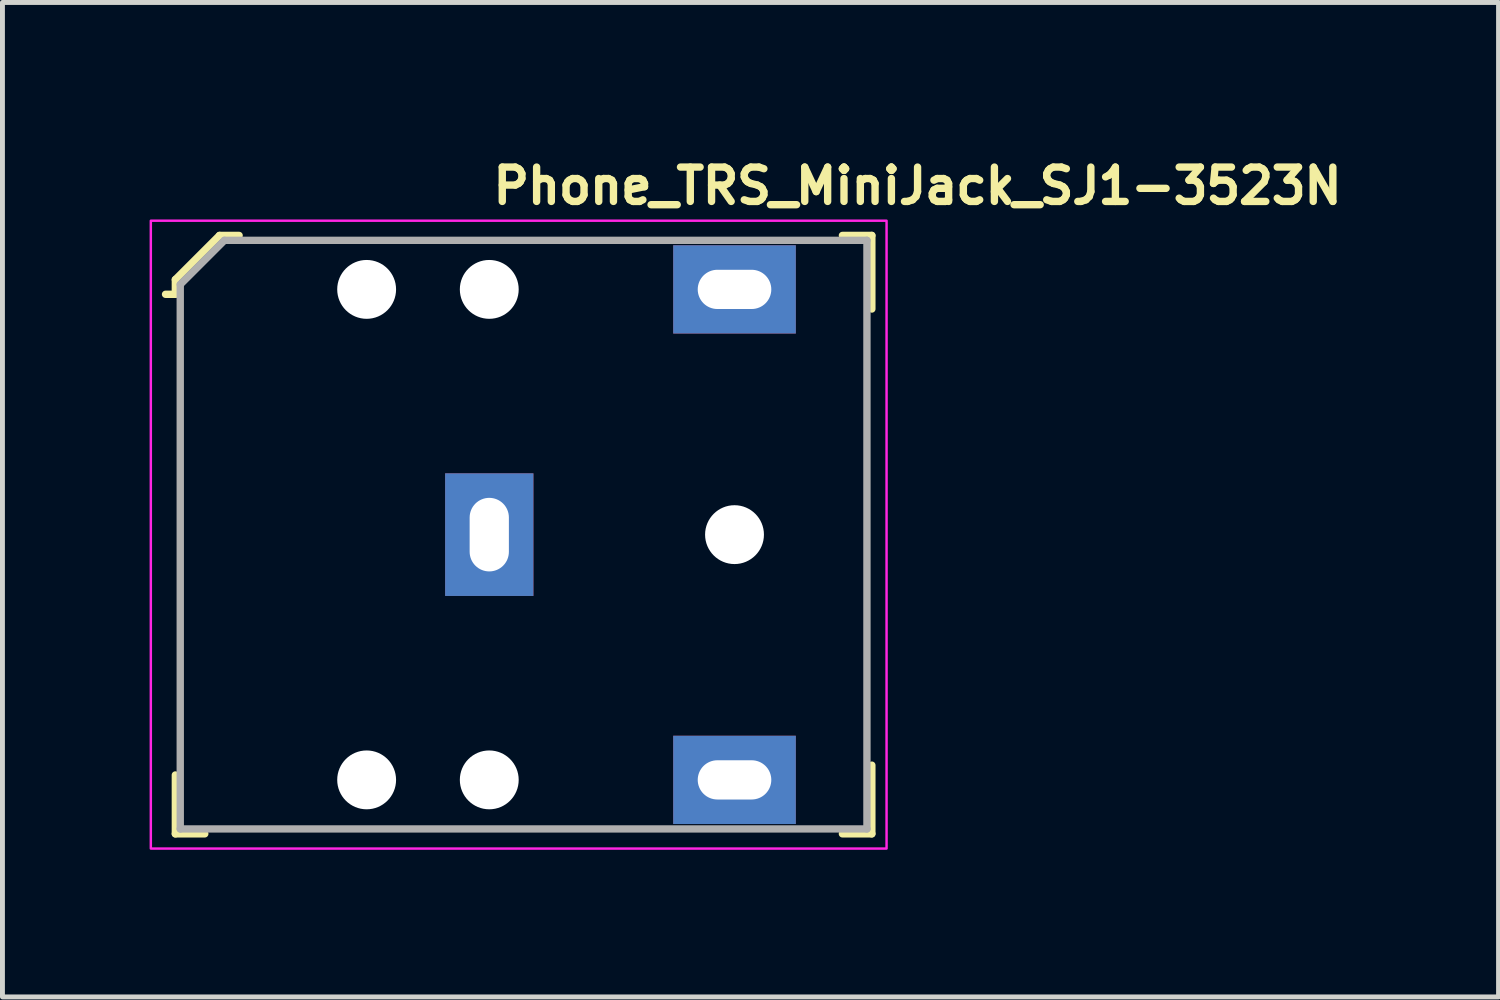
<source format=kicad_pcb>
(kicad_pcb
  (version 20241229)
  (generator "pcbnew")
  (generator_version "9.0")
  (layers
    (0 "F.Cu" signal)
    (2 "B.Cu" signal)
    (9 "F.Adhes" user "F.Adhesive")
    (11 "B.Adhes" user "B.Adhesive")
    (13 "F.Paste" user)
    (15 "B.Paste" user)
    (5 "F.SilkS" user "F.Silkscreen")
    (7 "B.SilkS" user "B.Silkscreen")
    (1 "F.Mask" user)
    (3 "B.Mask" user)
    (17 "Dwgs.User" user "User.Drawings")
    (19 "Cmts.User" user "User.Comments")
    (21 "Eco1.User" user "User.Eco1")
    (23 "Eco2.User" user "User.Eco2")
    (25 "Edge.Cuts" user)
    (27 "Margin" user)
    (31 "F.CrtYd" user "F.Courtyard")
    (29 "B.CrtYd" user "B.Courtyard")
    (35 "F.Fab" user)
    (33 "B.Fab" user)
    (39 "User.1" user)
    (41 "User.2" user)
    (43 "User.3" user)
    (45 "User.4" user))
  (footprint "Phone_TRS_MiniJack_SJ1-3523N"
    (layer "F.Cu")
    (at 6.925 7.85)
    (property "Reference" "Phone_TRS_MiniJack_SJ1-3523N" (at 0 -6.7 0) (layer "F.SilkS") (effects (font (size 0.7 0.7) (thickness 0.15)) (justify left bottom)))
    (attr through_hole)
    (fp_line (start -6.4 -5.2) (end -6.4 -4.9) (stroke (width 0.15) (type solid)) (layer "F.SilkS"))
    (fp_line (start -6.4 -4.9) (end -6.6 -4.9) (stroke (width 0.15) (type solid)) (layer "F.SilkS"))
    (fp_line (start -6.4 6.1) (end -6.4 4.9) (stroke (width 0.15) (type solid)) (layer "F.SilkS"))
    (fp_line (start -5.8 6.1) (end -6.4 6.1) (stroke (width 0.15) (type solid)) (layer "F.SilkS"))
    (fp_line (start -5.5 -6.1) (end -6.4 -5.2) (stroke (width 0.15) (type solid)) (layer "F.SilkS"))
    (fp_line (start -5.1 -6.1) (end -5.5 -6.1) (stroke (width 0.15) (type solid)) (layer "F.SilkS"))
    (fp_line (start 7.2 -6.1) (end 7.8 -6.1) (stroke (width 0.15) (type solid)) (layer "F.SilkS"))
    (fp_line (start 7.2 6.1) (end 7.8 6.1) (stroke (width 0.15) (type solid)) (layer "F.SilkS"))
    (fp_line (start 7.8 -6.1) (end 7.8 -4.6) (stroke (width 0.15) (type solid)) (layer "F.SilkS"))
    (fp_line (start 7.8 6.1) (end 7.8 4.7) (stroke (width 0.15) (type solid)) (layer "F.SilkS"))
    (fp_rect (start -6.9 -6.4) (end 8.1 6.4) (stroke (width 0.05) (type solid)) (fill no) (layer "F.CrtYd"))
    (fp_line (start -6.3 -5.1) (end -6.3 6) (stroke (width 0.15) (type solid)) (layer "F.Fab"))
    (fp_line (start -6.3 -5.1) (end -5.4 -6) (stroke (width 0.15) (type solid)) (layer "F.Fab"))
    (fp_line (start -6.3 6) (end 7.7 6) (stroke (width 0.15) (type solid)) (layer "F.Fab"))
    (fp_line (start -5.4 -6) (end 7.7 -6) (stroke (width 0.15) (type solid)) (layer "F.Fab"))
    (fp_line (start 7.7 -6) (end 7.7 6) (stroke (width 0.15) (type solid)) (layer "F.Fab"))
    (fp_rect (start 7.7 6) (end -6.6 -6) (stroke (width 0.1) (type solid)) (fill no) (layer "User.5"))
    (fp_line (start -6.6 -2.935) (end -6.6 -3.01) (stroke (width 0.02) (type solid)) (layer "User.9"))
    (fp_line (start -6.6 -2.935) (end -6.6 -2.935) (stroke (width 0.02) (type solid)) (layer "User.9"))
    (fp_line (start -6.6 -2.712) (end -6.6 -2.935) (stroke (width 0.02) (type solid)) (layer "User.9"))
    (fp_line (start -6.6 -2.712) (end -6.6 -2.712) (stroke (width 0.02) (type solid)) (layer "User.9"))
    (fp_line (start -6.6 -2.353) (end -6.6 -2.712) (stroke (width 0.02) (type solid)) (layer "User.9"))
    (fp_line (start -6.6 -2.353) (end -6.6 -2.353) (stroke (width 0.02) (type solid)) (layer "User.9"))
    (fp_line (start -6.6 -1.877) (end -6.6 -2.353) (stroke (width 0.02) (type solid)) (layer "User.9"))
    (fp_line (start -6.6 -1.877) (end -6.6 -1.877) (stroke (width 0.02) (type solid)) (layer "User.9"))
    (fp_line (start -6.6 -1.306) (end -6.6 -1.877) (stroke (width 0.02) (type solid)) (layer "User.9"))
    (fp_line (start -6.6 -1.306) (end -6.6 -1.306) (stroke (width 0.02) (type solid)) (layer "User.9"))
    (fp_line (start -6.6 -0.67) (end -6.6 -1.306) (stroke (width 0.02) (type solid)) (layer "User.9"))
    (fp_line (start -6.6 -0.67) (end -6.6 -0.67) (stroke (width 0.02) (type solid)) (layer "User.9"))
    (fp_line (start -6.6 0) (end -6.6 -0.67) (stroke (width 0.02) (type solid)) (layer "User.9"))
    (fp_line (start -6.6 0) (end -6.6 0) (stroke (width 0.02) (type solid)) (layer "User.9"))
    (fp_line (start -6.6 0.67) (end -6.6 0) (stroke (width 0.02) (type solid)) (layer "User.9"))
    (fp_line (start -6.6 0.67) (end -6.6 0.67) (stroke (width 0.02) (type solid)) (layer "User.9"))
    (fp_line (start -6.6 1.306) (end -6.6 0.67) (stroke (width 0.02) (type solid)) (layer "User.9"))
    (fp_line (start -6.6 1.306) (end -6.6 1.306) (stroke (width 0.02) (type solid)) (layer "User.9"))
    (fp_line (start -6.6 1.877) (end -6.6 1.306) (stroke (width 0.02) (type solid)) (layer "User.9"))
    (fp_line (start -6.6 1.877) (end -6.6 1.877) (stroke (width 0.02) (type solid)) (layer "User.9"))
    (fp_line (start -6.6 2.353) (end -6.6 1.877) (stroke (width 0.02) (type solid)) (layer "User.9"))
    (fp_line (start -6.6 2.353) (end -6.6 2.353) (stroke (width 0.02) (type solid)) (layer "User.9"))
    (fp_line (start -6.6 2.712) (end -6.6 2.353) (stroke (width 0.02) (type solid)) (layer "User.9"))
    (fp_line (start -6.6 2.712) (end -6.6 2.712) (stroke (width 0.02) (type solid)) (layer "User.9"))
    (fp_line (start -6.6 2.935) (end -6.6 2.712) (stroke (width 0.02) (type solid)) (layer "User.9"))
    (fp_line (start -6.6 2.935) (end -6.6 2.935) (stroke (width 0.02) (type solid)) (layer "User.9"))
    (fp_line (start -6.6 3.01) (end -6.6 2.935) (stroke (width 0.02) (type solid)) (layer "User.9"))
    (fp_line (start -5.3 -3.01) (end -6.6 -3.01) (stroke (width 0.02) (type solid)) (layer "User.9"))
    (fp_line (start -5.3 -3.01) (end -5.3 -2.935) (stroke (width 0.02) (type solid)) (layer "User.9"))
    (fp_line (start -5.3 -2.935) (end -5.3 -2.935) (stroke (width 0.02) (type solid)) (layer "User.9"))
    (fp_line (start -5.3 -2.935) (end -5.3 -2.712) (stroke (width 0.02) (type solid)) (layer "User.9"))
    (fp_line (start -5.3 -2.712) (end -5.3 -2.712) (stroke (width 0.02) (type solid)) (layer "User.9"))
    (fp_line (start -5.3 -2.712) (end -5.3 -2.353) (stroke (width 0.02) (type solid)) (layer "User.9"))
    (fp_line (start -5.3 -2.353) (end -5.3 -2.353) (stroke (width 0.02) (type solid)) (layer "User.9"))
    (fp_line (start -5.3 -2.353) (end -5.3 -1.877) (stroke (width 0.02) (type solid)) (layer "User.9"))
    (fp_line (start -5.3 -1.877) (end -5.3 -1.877) (stroke (width 0.02) (type solid)) (layer "User.9"))
    (fp_line (start -5.3 -1.877) (end -5.3 -1.306) (stroke (width 0.02) (type solid)) (layer "User.9"))
    (fp_line (start -5.3 -1.306) (end -5.3 -1.306) (stroke (width 0.02) (type solid)) (layer "User.9"))
    (fp_line (start -5.3 -1.306) (end -5.3 -0.67) (stroke (width 0.02) (type solid)) (layer "User.9"))
    (fp_line (start -5.3 -0.67) (end -5.3 -0.67) (stroke (width 0.02) (type solid)) (layer "User.9"))
    (fp_line (start -5.3 -0.67) (end -5.3 0) (stroke (width 0.02) (type solid)) (layer "User.9"))
    (fp_line (start -5.3 0) (end -5.3 0) (stroke (width 0.02) (type solid)) (layer "User.9"))
    (fp_line (start -5.3 0) (end -5.3 0.67) (stroke (width 0.02) (type solid)) (layer "User.9"))
    (fp_line (start -5.3 0.67) (end -5.3 0.67) (stroke (width 0.02) (type solid)) (layer "User.9"))
    (fp_line (start -5.3 0.67) (end -5.3 1.306) (stroke (width 0.02) (type solid)) (layer "User.9"))
    (fp_line (start -5.3 1.306) (end -5.3 1.306) (stroke (width 0.02) (type solid)) (layer "User.9"))
    (fp_line (start -5.3 1.306) (end -5.3 1.877) (stroke (width 0.02) (type solid)) (layer "User.9"))
    (fp_line (start -5.3 1.877) (end -5.3 1.877) (stroke (width 0.02) (type solid)) (layer "User.9"))
    (fp_line (start -5.3 1.877) (end -5.3 2.353) (stroke (width 0.02) (type solid)) (layer "User.9"))
    (fp_line (start -5.3 2.353) (end -5.3 2.353) (stroke (width 0.02) (type solid)) (layer "User.9"))
    (fp_line (start -5.3 2.353) (end -5.3 2.712) (stroke (width 0.02) (type solid)) (layer "User.9"))
    (fp_line (start -5.3 2.712) (end -5.3 2.712) (stroke (width 0.02) (type solid)) (layer "User.9"))
    (fp_line (start -5.3 2.712) (end -5.3 2.935) (stroke (width 0.02) (type solid)) (layer "User.9"))
    (fp_line (start -5.3 2.935) (end -5.3 2.935) (stroke (width 0.02) (type solid)) (layer "User.9"))
    (fp_line (start -5.3 2.935) (end -5.3 3.01) (stroke (width 0.02) (type solid)) (layer "User.9"))
    (fp_line (start -5.3 3.01) (end -6.6 3.01) (stroke (width 0.02) (type solid)) (layer "User.9"))
    (fp_line (start -4.3 -4.5) (end -3.3 -4.5) (stroke (width 0.02) (type solid)) (layer "User.9"))
    (fp_line (start -4.3 -3) (end -5.3 -3) (stroke (width 0.02) (type solid)) (layer "User.9"))
    (fp_line (start -4.3 -1.658) (end -4.3 -4.5) (stroke (width 0.02) (type solid)) (layer "User.9"))
    (fp_line (start -4.3 1.658) (end -3.3 1.658) (stroke (width 0.02) (type solid)) (layer "User.9"))
    (fp_line (start -4.3 3) (end -5.3 3) (stroke (width 0.02) (type solid)) (layer "User.9"))
    (fp_line (start -4.3 4.5) (end -4.3 1.658) (stroke (width 0.02) (type solid)) (layer "User.9"))
    (fp_line (start -3.3 -6) (end 5.6 -6) (stroke (width 0.02) (type solid)) (layer "User.9"))
    (fp_line (start -3.3 -4.5) (end -3.3 -6) (stroke (width 0.02) (type solid)) (layer "User.9"))
    (fp_line (start -3.3 -3.32) (end -3.3 -1.658) (stroke (width 0.02) (type solid)) (layer "User.9"))
    (fp_line (start -3.3 -1.658) (end -4.3 -1.658) (stroke (width 0.02) (type solid)) (layer "User.9"))
    (fp_line (start -3.3 -1.658) (end -3.3 -1.444) (stroke (width 0.02) (type solid)) (layer "User.9"))
    (fp_line (start -3.3 -1.444) (end -3.3 -1.444) (stroke (width 0.02) (type solid)) (layer "User.9"))
    (fp_line (start -3.3 -1.444) (end -3.3 -1.219) (stroke (width 0.02) (type solid)) (layer "User.9"))
    (fp_line (start -3.3 -1.219) (end -3.3 -1.219) (stroke (width 0.02) (type solid)) (layer "User.9"))
    (fp_line (start -3.3 -1.219) (end -3.3 -0.985) (stroke (width 0.02) (type solid)) (layer "User.9"))
    (fp_line (start -3.3 -0.985) (end -3.3 -0.985) (stroke (width 0.02) (type solid)) (layer "User.9"))
    (fp_line (start -3.3 -0.985) (end -3.3 0) (stroke (width 0.02) (type solid)) (layer "User.9"))
    (fp_line (start -3.3 -0.567) (end -2.748 -0.567) (stroke (width 0.02) (type solid)) (layer "User.9"))
    (fp_line (start -3.3 0) (end -3.3 0) (stroke (width 0.02) (type solid)) (layer "User.9"))
    (fp_line (start -3.3 0) (end -3.3 0.745) (stroke (width 0.02) (type solid)) (layer "User.9"))
    (fp_line (start -3.3 0.745) (end -3.3 0.745) (stroke (width 0.02) (type solid)) (layer "User.9"))
    (fp_line (start -3.3 0.745) (end -3.3 1.219) (stroke (width 0.02) (type solid)) (layer "User.9"))
    (fp_line (start -3.3 1.219) (end -3.3 1.219) (stroke (width 0.02) (type solid)) (layer "User.9"))
    (fp_line (start -3.3 1.219) (end -3.3 1.444) (stroke (width 0.02) (type solid)) (layer "User.9"))
    (fp_line (start -3.3 1.444) (end -3.3 1.444) (stroke (width 0.02) (type solid)) (layer "User.9"))
    (fp_line (start -3.3 1.444) (end -3.3 1.658) (stroke (width 0.02) (type solid)) (layer "User.9"))
    (fp_line (start -3.3 1.658) (end -3.3 3.32) (stroke (width 0.02) (type solid)) (layer "User.9"))
    (fp_line (start -3.3 3.32) (end -3.01 3.32) (stroke (width 0.02) (type solid)) (layer "User.9"))
    (fp_line (start -3.3 4.5) (end -4.3 4.5) (stroke (width 0.02) (type solid)) (layer "User.9"))
    (fp_line (start -3.3 6) (end -3.3 4.5) (stroke (width 0.02) (type solid)) (layer "User.9"))
    (fp_line (start -3.264 -2.54) (end -3.239 -2.54) (stroke (width 0.02) (type solid)) (layer "User.9"))
    (fp_line (start -3.264 -0.813) (end -3.264 -2.54) (stroke (width 0.02) (type solid)) (layer "User.9"))
    (fp_line (start -3.264 -0.813) (end -3.263 -0.811) (stroke (width 0.02) (type solid)) (layer "User.9"))
    (fp_line (start -3.264 0.833) (end -3.263 0.831) (stroke (width 0.02) (type solid)) (layer "User.9"))
    (fp_line (start -3.264 2.56) (end -3.264 0.833) (stroke (width 0.02) (type solid)) (layer "User.9"))
    (fp_line (start -3.263 -0.811) (end -3.262 -0.808) (stroke (width 0.02) (type solid)) (layer "User.9"))
    (fp_line (start -3.263 0.831) (end -3.262 0.828) (stroke (width 0.02) (type solid)) (layer "User.9"))
    (fp_line (start -3.262 -0.808) (end -3.261 -0.805) (stroke (width 0.02) (type solid)) (layer "User.9"))
    (fp_line (start -3.262 0.828) (end -3.261 0.825) (stroke (width 0.02) (type solid)) (layer "User.9"))
    (fp_line (start -3.261 -0.805) (end -3.259 -0.803) (stroke (width 0.02) (type solid)) (layer "User.9"))
    (fp_line (start -3.261 0.825) (end -3.259 0.823) (stroke (width 0.02) (type solid)) (layer "User.9"))
    (fp_line (start -3.259 -0.803) (end -3.258 -0.801) (stroke (width 0.02) (type solid)) (layer "User.9"))
    (fp_line (start -3.259 0.823) (end -3.258 0.821) (stroke (width 0.02) (type solid)) (layer "User.9"))
    (fp_line (start -3.258 -0.801) (end -3.256 -0.799) (stroke (width 0.02) (type solid)) (layer "User.9"))
    (fp_line (start -3.258 0.821) (end -3.256 0.819) (stroke (width 0.02) (type solid)) (layer "User.9"))
    (fp_line (start -3.256 -0.799) (end -3.254 -0.797) (stroke (width 0.02) (type solid)) (layer "User.9"))
    (fp_line (start -3.256 0.819) (end -3.254 0.817) (stroke (width 0.02) (type solid)) (layer "User.9"))
    (fp_line (start -3.254 -0.797) (end -3.253 -0.796) (stroke (width 0.02) (type solid)) (layer "User.9"))
    (fp_line (start -3.254 0.817) (end -3.253 0.816) (stroke (width 0.02) (type solid)) (layer "User.9"))
    (fp_line (start -3.253 -0.796) (end -3.251 -0.794) (stroke (width 0.02) (type solid)) (layer "User.9"))
    (fp_line (start -3.253 0.816) (end -3.251 0.814) (stroke (width 0.02) (type solid)) (layer "User.9"))
    (fp_line (start -3.251 -0.794) (end -3.25 -0.793) (stroke (width 0.02) (type solid)) (layer "User.9"))
    (fp_line (start -3.251 0.814) (end -3.25 0.813) (stroke (width 0.02) (type solid)) (layer "User.9"))
    (fp_line (start -3.25 -0.793) (end -3.249 -0.793) (stroke (width 0.02) (type solid)) (layer "User.9"))
    (fp_line (start -3.25 0.813) (end -3.249 0.813) (stroke (width 0.02) (type solid)) (layer "User.9"))
    (fp_line (start -3.249 -0.793) (end -3.248 -0.792) (stroke (width 0.02) (type solid)) (layer "User.9"))
    (fp_line (start -3.249 0.813) (end -3.248 0.812) (stroke (width 0.02) (type solid)) (layer "User.9"))
    (fp_line (start -3.248 -0.792) (end -3.247 -0.792) (stroke (width 0.02) (type solid)) (layer "User.9"))
    (fp_line (start -3.248 0.812) (end -3.247 0.812) (stroke (width 0.02) (type solid)) (layer "User.9"))
    (fp_line (start -3.247 -0.792) (end -3.246 -0.791) (stroke (width 0.02) (type solid)) (layer "User.9"))
    (fp_line (start -3.247 0.812) (end -3.246 0.811) (stroke (width 0.02) (type solid)) (layer "User.9"))
    (fp_line (start -3.246 -0.791) (end -3.245 -0.791) (stroke (width 0.02) (type solid)) (layer "User.9"))
    (fp_line (start -3.246 0.811) (end -3.245 0.811) (stroke (width 0.02) (type solid)) (layer "User.9"))
    (fp_line (start -3.245 -0.791) (end -3.244 -0.79) (stroke (width 0.02) (type solid)) (layer "User.9"))
    (fp_line (start -3.245 0.811) (end -3.244 0.81) (stroke (width 0.02) (type solid)) (layer "User.9"))
    (fp_line (start -3.244 -0.79) (end -3.243 -0.79) (stroke (width 0.02) (type solid)) (layer "User.9"))
    (fp_line (start -3.244 0.81) (end -3.243 0.81) (stroke (width 0.02) (type solid)) (layer "User.9"))
    (fp_line (start -3.243 -0.79) (end -3.242 -0.79) (stroke (width 0.02) (type solid)) (layer "User.9"))
    (fp_line (start -3.243 0.81) (end -3.242 0.81) (stroke (width 0.02) (type solid)) (layer "User.9"))
    (fp_line (start -3.242 -0.79) (end -3.24 -0.79) (stroke (width 0.02) (type solid)) (layer "User.9"))
    (fp_line (start -3.242 0.81) (end -3.24 0.81) (stroke (width 0.02) (type solid)) (layer "User.9"))
    (fp_line (start -3.24 -0.79) (end -3.238 -0.789) (stroke (width 0.02) (type solid)) (layer "User.9"))
    (fp_line (start -3.24 0.81) (end -3.238 0.809) (stroke (width 0.02) (type solid)) (layer "User.9"))
    (fp_line (start -3.239 -2.54) (end -3.239 -2.54) (stroke (width 0.02) (type solid)) (layer "User.9"))
    (fp_line (start -3.239 -2.54) (end -3.201 -2.54) (stroke (width 0.02) (type solid)) (layer "User.9"))
    (fp_line (start -3.239 2.56) (end -3.264 2.56) (stroke (width 0.02) (type solid)) (layer "User.9"))
    (fp_line (start -3.239 2.56) (end -3.239 2.56) (stroke (width 0.02) (type solid)) (layer "User.9"))
    (fp_line (start -3.238 -0.789) (end -3.236 -0.789) (stroke (width 0.02) (type solid)) (layer "User.9"))
    (fp_line (start -3.238 0.809) (end -3.236 0.809) (stroke (width 0.02) (type solid)) (layer "User.9"))
    (fp_line (start -3.236 -0.789) (end -3.218 -0.788) (stroke (width 0.02) (type solid)) (layer "User.9"))
    (fp_line (start -3.218 -0.788) (end -3.196 -0.786) (stroke (width 0.02) (type solid)) (layer "User.9"))
    (fp_line (start -3.218 0.808) (end -3.236 0.809) (stroke (width 0.02) (type solid)) (layer "User.9"))
    (fp_line (start -3.201 -2.54) (end -3.201 -2.54) (stroke (width 0.02) (type solid)) (layer "User.9"))
    (fp_line (start -3.201 -2.54) (end -3.15 -2.54) (stroke (width 0.02) (type solid)) (layer "User.9"))
    (fp_line (start -3.201 2.56) (end -3.239 2.56) (stroke (width 0.02) (type solid)) (layer "User.9"))
    (fp_line (start -3.201 2.56) (end -3.201 2.56) (stroke (width 0.02) (type solid)) (layer "User.9"))
    (fp_line (start -3.196 -0.786) (end -3.172 -0.783) (stroke (width 0.02) (type solid)) (layer "User.9"))
    (fp_line (start -3.196 0.806) (end -3.218 0.808) (stroke (width 0.02) (type solid)) (layer "User.9"))
    (fp_line (start -3.172 -0.783) (end -3.145 -0.779) (stroke (width 0.02) (type solid)) (layer "User.9"))
    (fp_line (start -3.172 0.803) (end -3.196 0.806) (stroke (width 0.02) (type solid)) (layer "User.9"))
    (fp_line (start -3.15 -2.54) (end -3.15 -2.54) (stroke (width 0.02) (type solid)) (layer "User.9"))
    (fp_line (start -3.15 -2.54) (end -3.087 -2.54) (stroke (width 0.02) (type solid)) (layer "User.9"))
    (fp_line (start -3.15 2.56) (end -3.201 2.56) (stroke (width 0.02) (type solid)) (layer "User.9"))
    (fp_line (start -3.15 2.56) (end -3.15 2.56) (stroke (width 0.02) (type solid)) (layer "User.9"))
    (fp_line (start -3.145 -0.779) (end -3.131 -0.777) (stroke (width 0.02) (type solid)) (layer "User.9"))
    (fp_line (start -3.144 0.799) (end -3.172 0.803) (stroke (width 0.02) (type solid)) (layer "User.9"))
    (fp_line (start -3.131 -0.777) (end -3.116 -0.774) (stroke (width 0.02) (type solid)) (layer "User.9"))
    (fp_line (start -3.116 -0.774) (end -3.1 -0.771) (stroke (width 0.02) (type solid)) (layer "User.9"))
    (fp_line (start -3.115 0.794) (end -3.144 0.799) (stroke (width 0.02) (type solid)) (layer "User.9"))
    (fp_line (start -3.1 -0.771) (end -3.084 -0.767) (stroke (width 0.02) (type solid)) (layer "User.9"))
    (fp_line (start -3.087 -2.54) (end -3.087 -2.54) (stroke (width 0.02) (type solid)) (layer "User.9"))
    (fp_line (start -3.087 -2.54) (end -3.016 -2.54) (stroke (width 0.02) (type solid)) (layer "User.9"))
    (fp_line (start -3.087 2.56) (end -3.15 2.56) (stroke (width 0.02) (type solid)) (layer "User.9"))
    (fp_line (start -3.087 2.56) (end -3.087 2.56) (stroke (width 0.02) (type solid)) (layer "User.9"))
    (fp_line (start -3.084 -0.767) (end -3.068 -0.763) (stroke (width 0.02) (type solid)) (layer "User.9"))
    (fp_line (start -3.083 0.787) (end -3.115 0.794) (stroke (width 0.02) (type solid)) (layer "User.9"))
    (fp_line (start -3.068 -0.763) (end -3.051 -0.758) (stroke (width 0.02) (type solid)) (layer "User.9"))
    (fp_line (start -3.067 0.782) (end -3.083 0.787) (stroke (width 0.02) (type solid)) (layer "User.9"))
    (fp_line (start -3.051 -0.758) (end -3.034 -0.753) (stroke (width 0.02) (type solid)) (layer "User.9"))
    (fp_line (start -3.05 0.778) (end -3.067 0.782) (stroke (width 0.02) (type solid)) (layer "User.9"))
    (fp_line (start -3.034 -0.753) (end -3.016 -0.747) (stroke (width 0.02) (type solid)) (layer "User.9"))
    (fp_line (start -3.033 0.772) (end -3.05 0.778) (stroke (width 0.02) (type solid)) (layer "User.9"))
    (fp_line (start -3.016 -2.54) (end -3.016 -2.54) (stroke (width 0.02) (type solid)) (layer "User.9"))
    (fp_line (start -3.016 -2.54) (end -2.854 -2.54) (stroke (width 0.02) (type solid)) (layer "User.9"))
    (fp_line (start -3.016 -0.747) (end -3.016 -0.747) (stroke (width 0.02) (type solid)) (layer "User.9"))
    (fp_line (start -3.016 -0.747) (end -3.001 -0.742) (stroke (width 0.02) (type solid)) (layer "User.9"))
    (fp_line (start -3.015 0.767) (end -3.033 0.772) (stroke (width 0.02) (type solid)) (layer "User.9"))
    (fp_line (start -3.015 0.767) (end -3.015 0.767) (stroke (width 0.02) (type solid)) (layer "User.9"))
    (fp_line (start -3.01 -3.32) (end -3.3 -3.32) (stroke (width 0.02) (type solid)) (layer "User.9"))
    (fp_line (start -3.01 -2.7) (end -3.01 -3.32) (stroke (width 0.02) (type solid)) (layer "User.9"))
    (fp_line (start -3.01 -2.7) (end -0.93 -2.7) (stroke (width 0.02) (type solid)) (layer "User.9"))
    (fp_line (start -3.01 2.7) (end -0.93 2.7) (stroke (width 0.02) (type solid)) (layer "User.9"))
    (fp_line (start -3.01 2.7) (end -0.93 2.7) (stroke (width 0.02) (type solid)) (layer "User.9"))
    (fp_line (start -3.01 3.32) (end -3.01 2.7) (stroke (width 0.02) (type solid)) (layer "User.9"))
    (fp_line (start -3.001 -0.742) (end -2.985 -0.736) (stroke (width 0.02) (type solid)) (layer "User.9"))
    (fp_line (start -3 0.761) (end -3.015 0.767) (stroke (width 0.02) (type solid)) (layer "User.9"))
    (fp_line (start -2.985 -0.736) (end -2.97 -0.729) (stroke (width 0.02) (type solid)) (layer "User.9"))
    (fp_line (start -2.985 0.755) (end -3 0.761) (stroke (width 0.02) (type solid)) (layer "User.9"))
    (fp_line (start -2.97 -0.729) (end -2.955 -0.723) (stroke (width 0.02) (type solid)) (layer "User.9"))
    (fp_line (start -2.969 0.749) (end -2.985 0.755) (stroke (width 0.02) (type solid)) (layer "User.9"))
    (fp_line (start -2.955 -0.723) (end -2.939 -0.716) (stroke (width 0.02) (type solid)) (layer "User.9"))
    (fp_line (start -2.954 0.743) (end -2.969 0.749) (stroke (width 0.02) (type solid)) (layer "User.9"))
    (fp_line (start -2.939 -0.716) (end -2.924 -0.708) (stroke (width 0.02) (type solid)) (layer "User.9"))
    (fp_line (start -2.939 0.736) (end -2.954 0.743) (stroke (width 0.02) (type solid)) (layer "User.9"))
    (fp_line (start -2.937 2.56) (end -3.087 2.56) (stroke (width 0.02) (type solid)) (layer "User.9"))
    (fp_line (start -2.937 2.56) (end -2.937 2.56) (stroke (width 0.02) (type solid)) (layer "User.9"))
    (fp_line (start -2.924 -0.708) (end -2.909 -0.701) (stroke (width 0.02) (type solid)) (layer "User.9"))
    (fp_line (start -2.924 0.728) (end -2.939 0.736) (stroke (width 0.02) (type solid)) (layer "User.9"))
    (fp_line (start -2.909 -0.701) (end -2.894 -0.693) (stroke (width 0.02) (type solid)) (layer "User.9"))
    (fp_line (start -2.908 0.721) (end -2.924 0.728) (stroke (width 0.02) (type solid)) (layer "User.9"))
    (fp_line (start -2.894 -0.693) (end -2.879 -0.684) (stroke (width 0.02) (type solid)) (layer "User.9"))
    (fp_line (start -2.893 0.712) (end -2.908 0.721) (stroke (width 0.02) (type solid)) (layer "User.9"))
    (fp_line (start -2.879 -0.684) (end -2.864 -0.675) (stroke (width 0.02) (type solid)) (layer "User.9"))
    (fp_line (start -2.878 0.704) (end -2.893 0.712) (stroke (width 0.02) (type solid)) (layer "User.9"))
    (fp_line (start -2.864 -0.675) (end -2.849 -0.666) (stroke (width 0.02) (type solid)) (layer "User.9"))
    (fp_line (start -2.863 0.695) (end -2.878 0.704) (stroke (width 0.02) (type solid)) (layer "User.9"))
    (fp_line (start -2.854 -2.54) (end -2.854 -2.54) (stroke (width 0.02) (type solid)) (layer "User.9"))
    (fp_line (start -2.854 -2.54) (end -2.6 -2.54) (stroke (width 0.02) (type solid)) (layer "User.9"))
    (fp_line (start -2.854 2.56) (end -2.937 2.56) (stroke (width 0.02) (type solid)) (layer "User.9"))
    (fp_line (start -2.854 2.56) (end -2.854 2.56) (stroke (width 0.02) (type solid)) (layer "User.9"))
    (fp_line (start -2.849 -0.666) (end -2.834 -0.657) (stroke (width 0.02) (type solid)) (layer "User.9"))
    (fp_line (start -2.849 0.686) (end -2.863 0.695) (stroke (width 0.02) (type solid)) (layer "User.9"))
    (fp_line (start -2.834 -0.657) (end -2.819 -0.647) (stroke (width 0.02) (type solid)) (layer "User.9"))
    (fp_line (start -2.834 0.676) (end -2.849 0.686) (stroke (width 0.02) (type solid)) (layer "User.9"))
    (fp_line (start -2.819 -0.647) (end -2.804 -0.636) (stroke (width 0.02) (type solid)) (layer "User.9"))
    (fp_line (start -2.819 0.666) (end -2.834 0.676) (stroke (width 0.02) (type solid)) (layer "User.9"))
    (fp_line (start -2.804 -0.636) (end -2.79 -0.625) (stroke (width 0.02) (type solid)) (layer "User.9"))
    (fp_line (start -2.804 0.656) (end -2.819 0.666) (stroke (width 0.02) (type solid)) (layer "User.9"))
    (fp_line (start -2.79 -0.625) (end -2.775 -0.614) (stroke (width 0.02) (type solid)) (layer "User.9"))
    (fp_line (start -2.79 0.645) (end -2.804 0.656) (stroke (width 0.02) (type solid)) (layer "User.9"))
    (fp_line (start -2.775 -0.614) (end -2.74 -0.585) (stroke (width 0.02) (type solid)) (layer "User.9"))
    (fp_line (start -2.775 0.634) (end -2.79 0.645) (stroke (width 0.02) (type solid)) (layer "User.9"))
    (fp_line (start -2.74 -0.585) (end -2.708 -0.554) (stroke (width 0.02) (type solid)) (layer "User.9"))
    (fp_line (start -2.74 0.605) (end -2.775 0.634) (stroke (width 0.02) (type solid)) (layer "User.9"))
    (fp_line (start -2.738 0.567) (end -3.3 0.567) (stroke (width 0.02) (type solid)) (layer "User.9"))
    (fp_line (start -2.708 -0.554) (end -2.677 -0.521) (stroke (width 0.02) (type solid)) (layer "User.9"))
    (fp_line (start -2.708 0.574) (end -2.74 0.605) (stroke (width 0.02) (type solid)) (layer "User.9"))
    (fp_line (start -2.677 -0.521) (end -2.648 -0.487) (stroke (width 0.02) (type solid)) (layer "User.9"))
    (fp_line (start -2.677 0.541) (end -2.708 0.574) (stroke (width 0.02) (type solid)) (layer "User.9"))
    (fp_line (start -2.648 -0.487) (end -2.622 -0.452) (stroke (width 0.02) (type solid)) (layer "User.9"))
    (fp_line (start -2.648 0.507) (end -2.677 0.541) (stroke (width 0.02) (type solid)) (layer "User.9"))
    (fp_line (start -2.63 -0.116) (end -2.63 0.139) (stroke (width 0.02) (type solid)) (layer "User.9"))
    (fp_line (start -2.622 -0.452) (end -2.597 -0.415) (stroke (width 0.02) (type solid)) (layer "User.9"))
    (fp_line (start -2.621 0.471) (end -2.648 0.507) (stroke (width 0.02) (type solid)) (layer "User.9"))
    (fp_line (start -2.6 -2.54) (end -2.6 -2.54) (stroke (width 0.02) (type solid)) (layer "User.9"))
    (fp_line (start -2.6 -2.54) (end -2.452 -2.54) (stroke (width 0.02) (type solid)) (layer "User.9"))
    (fp_line (start -2.597 -0.415) (end -2.574 -0.376) (stroke (width 0.02) (type solid)) (layer "User.9"))
    (fp_line (start -2.597 0.434) (end -2.621 0.471) (stroke (width 0.02) (type solid)) (layer "User.9"))
    (fp_line (start -2.574 -0.376) (end -2.554 -0.337) (stroke (width 0.02) (type solid)) (layer "User.9"))
    (fp_line (start -2.574 0.396) (end -2.597 0.434) (stroke (width 0.02) (type solid)) (layer "User.9"))
    (fp_line (start -2.554 -0.337) (end -2.536 -0.297) (stroke (width 0.02) (type solid)) (layer "User.9"))
    (fp_line (start -2.554 0.357) (end -2.574 0.396) (stroke (width 0.02) (type solid)) (layer "User.9"))
    (fp_line (start -2.536 -0.297) (end -2.52 -0.255) (stroke (width 0.02) (type solid)) (layer "User.9"))
    (fp_line (start -2.536 0.316) (end -2.554 0.357) (stroke (width 0.02) (type solid)) (layer "User.9"))
    (fp_line (start -2.522 2.56) (end -2.854 2.56) (stroke (width 0.02) (type solid)) (layer "User.9"))
    (fp_line (start -2.522 2.56) (end -2.522 2.56) (stroke (width 0.02) (type solid)) (layer "User.9"))
    (fp_line (start -2.52 -0.255) (end -2.507 -0.213) (stroke (width 0.02) (type solid)) (layer "User.9"))
    (fp_line (start -2.52 0.275) (end -2.536 0.316) (stroke (width 0.02) (type solid)) (layer "User.9"))
    (fp_line (start -2.507 -0.213) (end -2.495 -0.169) (stroke (width 0.02) (type solid)) (layer "User.9"))
    (fp_line (start -2.507 0.232) (end -2.52 0.275) (stroke (width 0.02) (type solid)) (layer "User.9"))
    (fp_line (start -2.495 -0.169) (end -2.487 -0.126) (stroke (width 0.02) (type solid)) (layer "User.9"))
    (fp_line (start -2.495 0.189) (end -2.507 0.232) (stroke (width 0.02) (type solid)) (layer "User.9"))
    (fp_line (start -2.487 -0.126) (end -2.48 -0.081) (stroke (width 0.02) (type solid)) (layer "User.9"))
    (fp_line (start -2.487 0.145) (end -2.495 0.189) (stroke (width 0.02) (type solid)) (layer "User.9"))
    (fp_line (start -2.48 -0.081) (end -2.476 -0.036) (stroke (width 0.02) (type solid)) (layer "User.9"))
    (fp_line (start -2.48 0.1) (end -2.487 0.145) (stroke (width 0.02) (type solid)) (layer "User.9"))
    (fp_line (start -2.476 -0.036) (end -2.475 0.01) (stroke (width 0.02) (type solid)) (layer "User.9"))
    (fp_line (start -2.476 0.055) (end -2.48 0.1) (stroke (width 0.02) (type solid)) (layer "User.9"))
    (fp_line (start -2.475 0.01) (end -2.476 0.055) (stroke (width 0.02) (type solid)) (layer "User.9"))
    (fp_line (start -2.475 0.01) (end -2.475 0.01) (stroke (width 0.02) (type solid)) (layer "User.9"))
    (fp_line (start -2.452 -2.54) (end -2.452 -2.54) (stroke (width 0.02) (type solid)) (layer "User.9"))
    (fp_line (start -2.452 -2.54) (end -2.391 -2.54) (stroke (width 0.02) (type solid)) (layer "User.9"))
    (fp_line (start -2.452 2.56) (end -2.522 2.56) (stroke (width 0.02) (type solid)) (layer "User.9"))
    (fp_line (start -2.452 2.56) (end -2.452 2.56) (stroke (width 0.02) (type solid)) (layer "User.9"))
    (fp_line (start -2.391 -2.54) (end -2.391 -2.54) (stroke (width 0.02) (type solid)) (layer "User.9"))
    (fp_line (start -2.391 -2.54) (end -2.342 -2.54) (stroke (width 0.02) (type solid)) (layer "User.9"))
    (fp_line (start -2.391 2.56) (end -2.452 2.56) (stroke (width 0.02) (type solid)) (layer "User.9"))
    (fp_line (start -2.391 2.56) (end -2.391 2.56) (stroke (width 0.02) (type solid)) (layer "User.9"))
    (fp_line (start -2.342 -2.54) (end -2.257 -2.54) (stroke (width 0.02) (type solid)) (layer "User.9"))
    (fp_line (start -2.342 2.56) (end -2.391 2.56) (stroke (width 0.02) (type solid)) (layer "User.9"))
    (fp_line (start -2.257 2.56) (end -2.342 2.56) (stroke (width 0.02) (type solid)) (layer "User.9"))
    (fp_line (start -2.257 2.56) (end -2.257 -2.54) (stroke (width 0.02) (type solid)) (layer "User.9"))
    (fp_line (start -0.93 -2.7) (end -3.01 -2.7) (stroke (width 0.02) (type solid)) (layer "User.9"))
    (fp_line (start -0.93 2.7) (end -0.93 -2.7) (stroke (width 0.02) (type solid)) (layer "User.9"))
    (fp_line (start -0.33 -2.3) (end 2.67 -2.3) (stroke (width 0.02) (type solid)) (layer "User.9"))
    (fp_line (start -0.33 -1.9) (end 2.67 -1.9) (stroke (width 0.02) (type solid)) (layer "User.9"))
    (fp_line (start -0.33 -1.5) (end 2.67 -1.5) (stroke (width 0.02) (type solid)) (layer "User.9"))
    (fp_line (start -0.33 -1.1) (end 2.67 -1.1) (stroke (width 0.02) (type solid)) (layer "User.9"))
    (fp_line (start -0.33 -0.7) (end 2.67 -0.7) (stroke (width 0.02) (type solid)) (layer "User.9"))
    (fp_line (start -0.33 -0.3) (end 2.67 -0.3) (stroke (width 0.02) (type solid)) (layer "User.9"))
    (fp_line (start -0.33 0.1) (end 2.67 0.1) (stroke (width 0.02) (type solid)) (layer "User.9"))
    (fp_line (start -0.33 0.5) (end 2.67 0.5) (stroke (width 0.02) (type solid)) (layer "User.9"))
    (fp_line (start -0.33 0.9) (end 2.67 0.9) (stroke (width 0.02) (type solid)) (layer "User.9"))
    (fp_line (start -0.33 1.3) (end 2.67 1.3) (stroke (width 0.02) (type solid)) (layer "User.9"))
    (fp_line (start -0.33 1.7) (end 2.67 1.7) (stroke (width 0.02) (type solid)) (layer "User.9"))
    (fp_line (start -0.33 2.1) (end 2.67 2.1) (stroke (width 0.02) (type solid)) (layer "User.9"))
    (fp_line (start -0.33 2.3) (end -0.33 -2.3) (stroke (width 0.02) (type solid)) (layer "User.9"))
    (fp_line (start -0.33 2.3) (end 2.67 2.3) (stroke (width 0.02) (type solid)) (layer "User.9"))
    (fp_line (start 2.67 -2.3) (end 2.67 2.3) (stroke (width 0.02) (type solid)) (layer "User.9"))
    (fp_line (start 2.67 -2.1) (end -0.33 -2.1) (stroke (width 0.02) (type solid)) (layer "User.9"))
    (fp_line (start 2.67 -1.7) (end -0.33 -1.7) (stroke (width 0.02) (type solid)) (layer "User.9"))
    (fp_line (start 2.67 -1.3) (end -0.33 -1.3) (stroke (width 0.02) (type solid)) (layer "User.9"))
    (fp_line (start 2.67 -0.9) (end -0.33 -0.9) (stroke (width 0.02) (type solid)) (layer "User.9"))
    (fp_line (start 2.67 -0.5) (end -0.33 -0.5) (stroke (width 0.02) (type solid)) (layer "User.9"))
    (fp_line (start 2.67 -0.1) (end -0.33 -0.1) (stroke (width 0.02) (type solid)) (layer "User.9"))
    (fp_line (start 2.67 0.3) (end -0.33 0.3) (stroke (width 0.02) (type solid)) (layer "User.9"))
    (fp_line (start 2.67 0.7) (end -0.33 0.7) (stroke (width 0.02) (type solid)) (layer "User.9"))
    (fp_line (start 2.67 1.1) (end -0.33 1.1) (stroke (width 0.02) (type solid)) (layer "User.9"))
    (fp_line (start 2.67 1.5) (end -0.33 1.5) (stroke (width 0.02) (type solid)) (layer "User.9"))
    (fp_line (start 2.67 1.9) (end -0.33 1.9) (stroke (width 0.02) (type solid)) (layer "User.9"))
    (fp_line (start 3.27 -5.145) (end 3.27 -4.855) (stroke (width 0.02) (type solid)) (layer "User.9"))
    (fp_line (start 3.27 -4.855) (end 4.5 -4.855) (stroke (width 0.02) (type solid)) (layer "User.9"))
    (fp_line (start 3.27 4.83) (end 3.27 5.17) (stroke (width 0.02) (type solid)) (layer "User.9"))
    (fp_line (start 3.27 5.17) (end 4.5 5.17) (stroke (width 0.02) (type solid)) (layer "User.9"))
    (fp_line (start 3.61 4.875) (end 3.61 5.125) (stroke (width 0.02) (type solid)) (layer "User.9"))
    (fp_line (start 3.61 4.875) (end 4.105 4.875) (stroke (width 0.02) (type solid)) (layer "User.9"))
    (fp_line (start 3.867 -5.125) (end 3.867 -4.875) (stroke (width 0.02) (type solid)) (layer "User.9"))
    (fp_line (start 3.867 -5.125) (end 4.132 -5.125) (stroke (width 0.02) (type solid)) (layer "User.9"))
    (fp_line (start 4.105 4.875) (end 4.239 4.875) (stroke (width 0.02) (type solid)) (layer "User.9"))
    (fp_line (start 4.105 5.125) (end 3.61 5.125) (stroke (width 0.02) (type solid)) (layer "User.9"))
    (fp_line (start 4.132 -5.125) (end 4.211 -5.125) (stroke (width 0.02) (type solid)) (layer "User.9"))
    (fp_line (start 4.132 -4.875) (end 3.867 -4.875) (stroke (width 0.02) (type solid)) (layer "User.9"))
    (fp_line (start 4.211 -4.875) (end 4.132 -4.875) (stroke (width 0.02) (type solid)) (layer "User.9"))
    (fp_line (start 4.211 -4.875) (end 4.47 -4.875) (stroke (width 0.02) (type solid)) (layer "User.9"))
    (fp_line (start 4.239 5.125) (end 4.105 5.125) (stroke (width 0.02) (type solid)) (layer "User.9"))
    (fp_line (start 4.47 -5.125) (end 4.211 -5.125) (stroke (width 0.02) (type solid)) (layer "User.9"))
    (fp_line (start 4.47 -4.875) (end 4.47 -5.125) (stroke (width 0.02) (type solid)) (layer "User.9"))
    (fp_line (start 4.47 4.875) (end 4.239 4.875) (stroke (width 0.02) (type solid)) (layer "User.9"))
    (fp_line (start 4.47 5.125) (end 4.239 5.125) (stroke (width 0.02) (type solid)) (layer "User.9"))
    (fp_line (start 4.47 5.125) (end 4.47 4.875) (stroke (width 0.02) (type solid)) (layer "User.9"))
    (fp_line (start 4.5 -5.145) (end 3.27 -5.145) (stroke (width 0.02) (type solid)) (layer "User.9"))
    (fp_line (start 4.5 -4.855) (end 4.5 -5.145) (stroke (width 0.02) (type solid)) (layer "User.9"))
    (fp_line (start 4.5 2.305) (end 4.5 2.695) (stroke (width 0.02) (type solid)) (layer "User.9"))
    (fp_line (start 4.5 2.695) (end 5.7 2.695) (stroke (width 0.02) (type solid)) (layer "User.9"))
    (fp_line (start 4.5 4.83) (end 3.27 4.83) (stroke (width 0.02) (type solid)) (layer "User.9"))
    (fp_line (start 4.5 5.17) (end 4.5 4.83) (stroke (width 0.02) (type solid)) (layer "User.9"))
    (fp_line (start 4.7 -2.67) (end 4.7 -2.33) (stroke (width 0.02) (type solid)) (layer "User.9"))
    (fp_line (start 4.7 -2.33) (end 5.7 -2.33) (stroke (width 0.02) (type solid)) (layer "User.9"))
    (fp_line (start 5.308 -2.65) (end 5.34 -2.65) (stroke (width 0.02) (type solid)) (layer "User.9"))
    (fp_line (start 5.308 -2.35) (end 5.308 -2.65) (stroke (width 0.02) (type solid)) (layer "User.9"))
    (fp_line (start 5.308 2.35) (end 5.308 2.65) (stroke (width 0.02) (type solid)) (layer "User.9"))
    (fp_line (start 5.34 -2.65) (end 5.504 -2.65) (stroke (width 0.02) (type solid)) (layer "User.9"))
    (fp_line (start 5.34 -2.35) (end 5.308 -2.35) (stroke (width 0.02) (type solid)) (layer "User.9"))
    (fp_line (start 5.34 2.35) (end 5.308 2.35) (stroke (width 0.02) (type solid)) (layer "User.9"))
    (fp_line (start 5.34 2.65) (end 5.308 2.65) (stroke (width 0.02) (type solid)) (layer "User.9"))
    (fp_line (start 5.504 -2.35) (end 5.34 -2.35) (stroke (width 0.02) (type solid)) (layer "User.9"))
    (fp_line (start 5.504 -2.35) (end 5.7 -2.35) (stroke (width 0.02) (type solid)) (layer "User.9"))
    (fp_line (start 5.504 2.35) (end 5.34 2.35) (stroke (width 0.02) (type solid)) (layer "User.9"))
    (fp_line (start 5.504 2.65) (end 5.34 2.65) (stroke (width 0.02) (type solid)) (layer "User.9"))
    (fp_line (start 5.6 -6) (end 5.6 -5.145) (stroke (width 0.02) (type solid)) (layer "User.9"))
    (fp_line (start 5.6 -6) (end 6.75 -6) (stroke (width 0.02) (type solid)) (layer "User.9"))
    (fp_line (start 5.6 -5.145) (end 6.75 -5.145) (stroke (width 0.02) (type solid)) (layer "User.9"))
    (fp_line (start 5.6 -5.145) (end 6.75 -5.145) (stroke (width 0.02) (type solid)) (layer "User.9"))
    (fp_line (start 5.6 5.17) (end 5.6 6) (stroke (width 0.02) (type solid)) (layer "User.9"))
    (fp_line (start 5.6 6) (end -3.3 6) (stroke (width 0.02) (type solid)) (layer "User.9"))
    (fp_line (start 5.6 6) (end 6.75 6) (stroke (width 0.02) (type solid)) (layer "User.9"))
    (fp_line (start 5.7 -2.67) (end 4.7 -2.67) (stroke (width 0.02) (type solid)) (layer "User.9"))
    (fp_line (start 5.7 -2.65) (end 5.504 -2.65) (stroke (width 0.02) (type solid)) (layer "User.9"))
    (fp_line (start 5.7 -2.33) (end 5.7 -2.67) (stroke (width 0.02) (type solid)) (layer "User.9"))
    (fp_line (start 5.7 2.305) (end 4.5 2.305) (stroke (width 0.02) (type solid)) (layer "User.9"))
    (fp_line (start 5.7 2.35) (end 5.504 2.35) (stroke (width 0.02) (type solid)) (layer "User.9"))
    (fp_line (start 5.7 2.65) (end 5.504 2.65) (stroke (width 0.02) (type solid)) (layer "User.9"))
    (fp_line (start 5.7 2.695) (end 5.7 2.305) (stroke (width 0.02) (type solid)) (layer "User.9"))
    (fp_line (start 6.75 -6) (end 7.7 -6) (stroke (width 0.02) (type solid)) (layer "User.9"))
    (fp_line (start 6.75 -5.145) (end 6.75 -6) (stroke (width 0.02) (type solid)) (layer "User.9"))
    (fp_line (start 6.75 5.17) (end 5.6 5.17) (stroke (width 0.02) (type solid)) (layer "User.9"))
    (fp_line (start 6.75 5.17) (end 5.6 5.17) (stroke (width 0.02) (type solid)) (layer "User.9"))
    (fp_line (start 6.75 6) (end 6.75 5.17) (stroke (width 0.02) (type solid)) (layer "User.9"))
    (fp_line (start 7.7 -6) (end 7.7 6) (stroke (width 0.02) (type solid)) (layer "User.9"))
    (fp_line (start 7.7 6) (end 6.75 6) (stroke (width 0.02) (type solid)) (layer "User.9"))
    (pad "" np_thru_hole circle (at -2.5 -5) (size 1.2 1.2) (drill 1.2) (layers "*.Cu" "*.Mask"))
    (pad "" np_thru_hole circle (at -2.5 5) (size 1.2 1.2) (drill 1.2) (layers "*.Cu" "*.Mask"))
    (pad "" np_thru_hole circle (at 0 -5) (size 1.2 1.2) (drill 1.2) (layers "*.Cu" "*.Mask"))
    (pad "" np_thru_hole circle (at 0 5) (size 1.2 1.2) (drill 1.2) (layers "*.Cu" "*.Mask"))
    (pad "" np_thru_hole circle (at 5 0) (size 1.2 1.2) (drill 1.2) (layers "*.Cu" "*.Mask"))
    (pad "1" thru_hole rect (at 0 0) (size 1.8 2.5) (drill oval 0.8 1.5) (layers "*.Cu" "*.Mask"))
    (pad "2" thru_hole rect (at 5 5) (size 2.5 1.8) (drill oval 1.5 0.8) (layers "*.Cu" "*.Mask"))
    (pad "3" thru_hole rect (at 5 -5) (size 2.5 1.8) (drill oval 1.5 0.8) (layers "*.Cu" "*.Mask")))
  (gr_rect
    (start -3 -3)
    (end 27.502 17.275)
    (stroke (width 0.1) (type default))
    (fill no)
    (layer "Edge.Cuts")))
</source>
